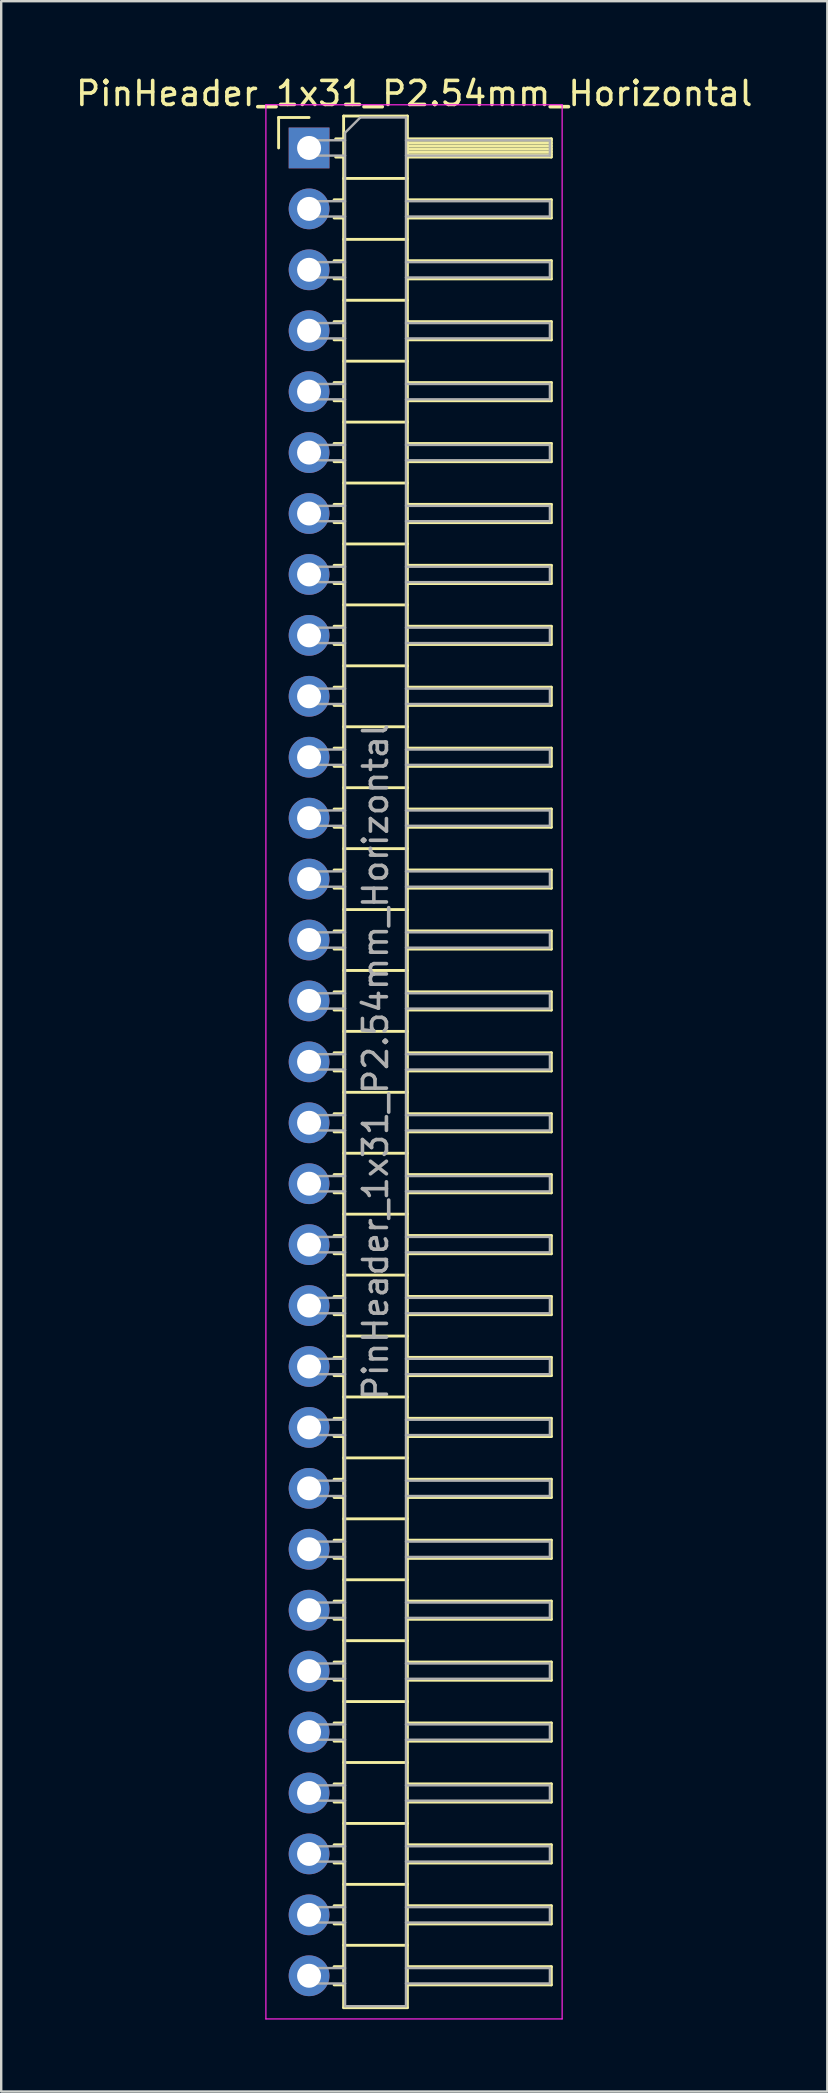
<source format=kicad_pcb>
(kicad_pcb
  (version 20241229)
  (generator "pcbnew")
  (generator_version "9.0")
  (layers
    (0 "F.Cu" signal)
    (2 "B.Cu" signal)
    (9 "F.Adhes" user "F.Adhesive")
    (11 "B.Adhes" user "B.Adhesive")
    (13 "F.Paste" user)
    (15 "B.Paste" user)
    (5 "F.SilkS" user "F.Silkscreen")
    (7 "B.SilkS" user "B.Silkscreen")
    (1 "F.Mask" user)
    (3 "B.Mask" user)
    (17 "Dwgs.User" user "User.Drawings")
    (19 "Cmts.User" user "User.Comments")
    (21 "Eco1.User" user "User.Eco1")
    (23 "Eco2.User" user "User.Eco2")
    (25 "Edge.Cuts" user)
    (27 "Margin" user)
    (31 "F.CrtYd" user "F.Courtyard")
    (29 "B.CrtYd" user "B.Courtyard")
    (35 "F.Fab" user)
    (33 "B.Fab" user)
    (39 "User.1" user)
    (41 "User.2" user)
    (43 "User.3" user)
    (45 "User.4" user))
  (footprint "PinHeader_1x31_P2.54mm_Horizontal"
    (layer "F.Cu")
    (at 9.835 3.118)
    (property "Reference" "PinHeader_1x31_P2.54mm_Horizontal" (at 4.385 -2.27 0) (layer "F.SilkS") (effects (font (size 1 1) (thickness 0.15))))
    (attr through_hole)
    (fp_line (start -1.27 -1.27) (end 0 -1.27) (stroke (width 0.12) (type solid)) (layer "F.SilkS"))
    (fp_line (start -1.27 0) (end -1.27 -1.27) (stroke (width 0.12) (type solid)) (layer "F.SilkS"))
    (fp_line (start 1.043 2.16) (end 1.44 2.16) (stroke (width 0.12) (type solid)) (layer "F.SilkS"))
    (fp_line (start 1.043 2.92) (end 1.44 2.92) (stroke (width 0.12) (type solid)) (layer "F.SilkS"))
    (fp_line (start 1.043 4.7) (end 1.44 4.7) (stroke (width 0.12) (type solid)) (layer "F.SilkS"))
    (fp_line (start 1.043 5.46) (end 1.44 5.46) (stroke (width 0.12) (type solid)) (layer "F.SilkS"))
    (fp_line (start 1.043 7.24) (end 1.44 7.24) (stroke (width 0.12) (type solid)) (layer "F.SilkS"))
    (fp_line (start 1.043 8) (end 1.44 8) (stroke (width 0.12) (type solid)) (layer "F.SilkS"))
    (fp_line (start 1.043 9.78) (end 1.44 9.78) (stroke (width 0.12) (type solid)) (layer "F.SilkS"))
    (fp_line (start 1.043 10.54) (end 1.44 10.54) (stroke (width 0.12) (type solid)) (layer "F.SilkS"))
    (fp_line (start 1.043 12.32) (end 1.44 12.32) (stroke (width 0.12) (type solid)) (layer "F.SilkS"))
    (fp_line (start 1.043 13.08) (end 1.44 13.08) (stroke (width 0.12) (type solid)) (layer "F.SilkS"))
    (fp_line (start 1.043 14.86) (end 1.44 14.86) (stroke (width 0.12) (type solid)) (layer "F.SilkS"))
    (fp_line (start 1.043 15.62) (end 1.44 15.62) (stroke (width 0.12) (type solid)) (layer "F.SilkS"))
    (fp_line (start 1.043 17.4) (end 1.44 17.4) (stroke (width 0.12) (type solid)) (layer "F.SilkS"))
    (fp_line (start 1.043 18.16) (end 1.44 18.16) (stroke (width 0.12) (type solid)) (layer "F.SilkS"))
    (fp_line (start 1.043 19.94) (end 1.44 19.94) (stroke (width 0.12) (type solid)) (layer "F.SilkS"))
    (fp_line (start 1.043 20.7) (end 1.44 20.7) (stroke (width 0.12) (type solid)) (layer "F.SilkS"))
    (fp_line (start 1.043 22.48) (end 1.44 22.48) (stroke (width 0.12) (type solid)) (layer "F.SilkS"))
    (fp_line (start 1.043 23.24) (end 1.44 23.24) (stroke (width 0.12) (type solid)) (layer "F.SilkS"))
    (fp_line (start 1.043 25.02) (end 1.44 25.02) (stroke (width 0.12) (type solid)) (layer "F.SilkS"))
    (fp_line (start 1.043 25.78) (end 1.44 25.78) (stroke (width 0.12) (type solid)) (layer "F.SilkS"))
    (fp_line (start 1.043 27.56) (end 1.44 27.56) (stroke (width 0.12) (type solid)) (layer "F.SilkS"))
    (fp_line (start 1.043 28.32) (end 1.44 28.32) (stroke (width 0.12) (type solid)) (layer "F.SilkS"))
    (fp_line (start 1.043 30.1) (end 1.44 30.1) (stroke (width 0.12) (type solid)) (layer "F.SilkS"))
    (fp_line (start 1.043 30.86) (end 1.44 30.86) (stroke (width 0.12) (type solid)) (layer "F.SilkS"))
    (fp_line (start 1.043 32.64) (end 1.44 32.64) (stroke (width 0.12) (type solid)) (layer "F.SilkS"))
    (fp_line (start 1.043 33.4) (end 1.44 33.4) (stroke (width 0.12) (type solid)) (layer "F.SilkS"))
    (fp_line (start 1.043 35.18) (end 1.44 35.18) (stroke (width 0.12) (type solid)) (layer "F.SilkS"))
    (fp_line (start 1.043 35.94) (end 1.44 35.94) (stroke (width 0.12) (type solid)) (layer "F.SilkS"))
    (fp_line (start 1.043 37.72) (end 1.44 37.72) (stroke (width 0.12) (type solid)) (layer "F.SilkS"))
    (fp_line (start 1.043 38.48) (end 1.44 38.48) (stroke (width 0.12) (type solid)) (layer "F.SilkS"))
    (fp_line (start 1.043 40.26) (end 1.44 40.26) (stroke (width 0.12) (type solid)) (layer "F.SilkS"))
    (fp_line (start 1.043 41.02) (end 1.44 41.02) (stroke (width 0.12) (type solid)) (layer "F.SilkS"))
    (fp_line (start 1.043 42.8) (end 1.44 42.8) (stroke (width 0.12) (type solid)) (layer "F.SilkS"))
    (fp_line (start 1.043 43.56) (end 1.44 43.56) (stroke (width 0.12) (type solid)) (layer "F.SilkS"))
    (fp_line (start 1.043 45.34) (end 1.44 45.34) (stroke (width 0.12) (type solid)) (layer "F.SilkS"))
    (fp_line (start 1.043 46.1) (end 1.44 46.1) (stroke (width 0.12) (type solid)) (layer "F.SilkS"))
    (fp_line (start 1.043 47.88) (end 1.44 47.88) (stroke (width 0.12) (type solid)) (layer "F.SilkS"))
    (fp_line (start 1.043 48.64) (end 1.44 48.64) (stroke (width 0.12) (type solid)) (layer "F.SilkS"))
    (fp_line (start 1.043 50.42) (end 1.44 50.42) (stroke (width 0.12) (type solid)) (layer "F.SilkS"))
    (fp_line (start 1.043 51.18) (end 1.44 51.18) (stroke (width 0.12) (type solid)) (layer "F.SilkS"))
    (fp_line (start 1.043 52.96) (end 1.44 52.96) (stroke (width 0.12) (type solid)) (layer "F.SilkS"))
    (fp_line (start 1.043 53.72) (end 1.44 53.72) (stroke (width 0.12) (type solid)) (layer "F.SilkS"))
    (fp_line (start 1.043 55.5) (end 1.44 55.5) (stroke (width 0.12) (type solid)) (layer "F.SilkS"))
    (fp_line (start 1.043 56.26) (end 1.44 56.26) (stroke (width 0.12) (type solid)) (layer "F.SilkS"))
    (fp_line (start 1.043 58.04) (end 1.44 58.04) (stroke (width 0.12) (type solid)) (layer "F.SilkS"))
    (fp_line (start 1.043 58.8) (end 1.44 58.8) (stroke (width 0.12) (type solid)) (layer "F.SilkS"))
    (fp_line (start 1.043 60.58) (end 1.44 60.58) (stroke (width 0.12) (type solid)) (layer "F.SilkS"))
    (fp_line (start 1.043 61.34) (end 1.44 61.34) (stroke (width 0.12) (type solid)) (layer "F.SilkS"))
    (fp_line (start 1.043 63.12) (end 1.44 63.12) (stroke (width 0.12) (type solid)) (layer "F.SilkS"))
    (fp_line (start 1.043 63.88) (end 1.44 63.88) (stroke (width 0.12) (type solid)) (layer "F.SilkS"))
    (fp_line (start 1.043 65.66) (end 1.44 65.66) (stroke (width 0.12) (type solid)) (layer "F.SilkS"))
    (fp_line (start 1.043 66.42) (end 1.44 66.42) (stroke (width 0.12) (type solid)) (layer "F.SilkS"))
    (fp_line (start 1.043 68.2) (end 1.44 68.2) (stroke (width 0.12) (type solid)) (layer "F.SilkS"))
    (fp_line (start 1.043 68.96) (end 1.44 68.96) (stroke (width 0.12) (type solid)) (layer "F.SilkS"))
    (fp_line (start 1.043 70.74) (end 1.44 70.74) (stroke (width 0.12) (type solid)) (layer "F.SilkS"))
    (fp_line (start 1.043 71.5) (end 1.44 71.5) (stroke (width 0.12) (type solid)) (layer "F.SilkS"))
    (fp_line (start 1.043 73.28) (end 1.44 73.28) (stroke (width 0.12) (type solid)) (layer "F.SilkS"))
    (fp_line (start 1.043 74.04) (end 1.44 74.04) (stroke (width 0.12) (type solid)) (layer "F.SilkS"))
    (fp_line (start 1.043 75.82) (end 1.44 75.82) (stroke (width 0.12) (type solid)) (layer "F.SilkS"))
    (fp_line (start 1.043 76.58) (end 1.44 76.58) (stroke (width 0.12) (type solid)) (layer "F.SilkS"))
    (fp_line (start 1.11 -0.38) (end 1.44 -0.38) (stroke (width 0.12) (type solid)) (layer "F.SilkS"))
    (fp_line (start 1.11 0.38) (end 1.44 0.38) (stroke (width 0.12) (type solid)) (layer "F.SilkS"))
    (fp_line (start 1.44 -1.33) (end 1.44 77.53) (stroke (width 0.12) (type solid)) (layer "F.SilkS"))
    (fp_line (start 1.44 1.27) (end 4.1 1.27) (stroke (width 0.12) (type solid)) (layer "F.SilkS"))
    (fp_line (start 1.44 3.81) (end 4.1 3.81) (stroke (width 0.12) (type solid)) (layer "F.SilkS"))
    (fp_line (start 1.44 6.35) (end 4.1 6.35) (stroke (width 0.12) (type solid)) (layer "F.SilkS"))
    (fp_line (start 1.44 8.89) (end 4.1 8.89) (stroke (width 0.12) (type solid)) (layer "F.SilkS"))
    (fp_line (start 1.44 11.43) (end 4.1 11.43) (stroke (width 0.12) (type solid)) (layer "F.SilkS"))
    (fp_line (start 1.44 13.97) (end 4.1 13.97) (stroke (width 0.12) (type solid)) (layer "F.SilkS"))
    (fp_line (start 1.44 16.51) (end 4.1 16.51) (stroke (width 0.12) (type solid)) (layer "F.SilkS"))
    (fp_line (start 1.44 19.05) (end 4.1 19.05) (stroke (width 0.12) (type solid)) (layer "F.SilkS"))
    (fp_line (start 1.44 21.59) (end 4.1 21.59) (stroke (width 0.12) (type solid)) (layer "F.SilkS"))
    (fp_line (start 1.44 24.13) (end 4.1 24.13) (stroke (width 0.12) (type solid)) (layer "F.SilkS"))
    (fp_line (start 1.44 26.67) (end 4.1 26.67) (stroke (width 0.12) (type solid)) (layer "F.SilkS"))
    (fp_line (start 1.44 29.21) (end 4.1 29.21) (stroke (width 0.12) (type solid)) (layer "F.SilkS"))
    (fp_line (start 1.44 31.75) (end 4.1 31.75) (stroke (width 0.12) (type solid)) (layer "F.SilkS"))
    (fp_line (start 1.44 34.29) (end 4.1 34.29) (stroke (width 0.12) (type solid)) (layer "F.SilkS"))
    (fp_line (start 1.44 36.83) (end 4.1 36.83) (stroke (width 0.12) (type solid)) (layer "F.SilkS"))
    (fp_line (start 1.44 39.37) (end 4.1 39.37) (stroke (width 0.12) (type solid)) (layer "F.SilkS"))
    (fp_line (start 1.44 41.91) (end 4.1 41.91) (stroke (width 0.12) (type solid)) (layer "F.SilkS"))
    (fp_line (start 1.44 44.45) (end 4.1 44.45) (stroke (width 0.12) (type solid)) (layer "F.SilkS"))
    (fp_line (start 1.44 46.99) (end 4.1 46.99) (stroke (width 0.12) (type solid)) (layer "F.SilkS"))
    (fp_line (start 1.44 49.53) (end 4.1 49.53) (stroke (width 0.12) (type solid)) (layer "F.SilkS"))
    (fp_line (start 1.44 52.07) (end 4.1 52.07) (stroke (width 0.12) (type solid)) (layer "F.SilkS"))
    (fp_line (start 1.44 54.61) (end 4.1 54.61) (stroke (width 0.12) (type solid)) (layer "F.SilkS"))
    (fp_line (start 1.44 57.15) (end 4.1 57.15) (stroke (width 0.12) (type solid)) (layer "F.SilkS"))
    (fp_line (start 1.44 59.69) (end 4.1 59.69) (stroke (width 0.12) (type solid)) (layer "F.SilkS"))
    (fp_line (start 1.44 62.23) (end 4.1 62.23) (stroke (width 0.12) (type solid)) (layer "F.SilkS"))
    (fp_line (start 1.44 64.77) (end 4.1 64.77) (stroke (width 0.12) (type solid)) (layer "F.SilkS"))
    (fp_line (start 1.44 67.31) (end 4.1 67.31) (stroke (width 0.12) (type solid)) (layer "F.SilkS"))
    (fp_line (start 1.44 69.85) (end 4.1 69.85) (stroke (width 0.12) (type solid)) (layer "F.SilkS"))
    (fp_line (start 1.44 72.39) (end 4.1 72.39) (stroke (width 0.12) (type solid)) (layer "F.SilkS"))
    (fp_line (start 1.44 74.93) (end 4.1 74.93) (stroke (width 0.12) (type solid)) (layer "F.SilkS"))
    (fp_line (start 1.44 77.53) (end 4.1 77.53) (stroke (width 0.12) (type solid)) (layer "F.SilkS"))
    (fp_line (start 4.1 -1.33) (end 1.44 -1.33) (stroke (width 0.12) (type solid)) (layer "F.SilkS"))
    (fp_line (start 4.1 -0.38) (end 10.1 -0.38) (stroke (width 0.12) (type solid)) (layer "F.SilkS"))
    (fp_line (start 4.1 -0.32) (end 10.1 -0.32) (stroke (width 0.12) (type solid)) (layer "F.SilkS"))
    (fp_line (start 4.1 -0.2) (end 10.1 -0.2) (stroke (width 0.12) (type solid)) (layer "F.SilkS"))
    (fp_line (start 4.1 -0.08) (end 10.1 -0.08) (stroke (width 0.12) (type solid)) (layer "F.SilkS"))
    (fp_line (start 4.1 0.04) (end 10.1 0.04) (stroke (width 0.12) (type solid)) (layer "F.SilkS"))
    (fp_line (start 4.1 0.16) (end 10.1 0.16) (stroke (width 0.12) (type solid)) (layer "F.SilkS"))
    (fp_line (start 4.1 0.28) (end 10.1 0.28) (stroke (width 0.12) (type solid)) (layer "F.SilkS"))
    (fp_line (start 4.1 2.16) (end 10.1 2.16) (stroke (width 0.12) (type solid)) (layer "F.SilkS"))
    (fp_line (start 4.1 4.7) (end 10.1 4.7) (stroke (width 0.12) (type solid)) (layer "F.SilkS"))
    (fp_line (start 4.1 7.24) (end 10.1 7.24) (stroke (width 0.12) (type solid)) (layer "F.SilkS"))
    (fp_line (start 4.1 9.78) (end 10.1 9.78) (stroke (width 0.12) (type solid)) (layer "F.SilkS"))
    (fp_line (start 4.1 12.32) (end 10.1 12.32) (stroke (width 0.12) (type solid)) (layer "F.SilkS"))
    (fp_line (start 4.1 14.86) (end 10.1 14.86) (stroke (width 0.12) (type solid)) (layer "F.SilkS"))
    (fp_line (start 4.1 17.4) (end 10.1 17.4) (stroke (width 0.12) (type solid)) (layer "F.SilkS"))
    (fp_line (start 4.1 19.94) (end 10.1 19.94) (stroke (width 0.12) (type solid)) (layer "F.SilkS"))
    (fp_line (start 4.1 22.48) (end 10.1 22.48) (stroke (width 0.12) (type solid)) (layer "F.SilkS"))
    (fp_line (start 4.1 25.02) (end 10.1 25.02) (stroke (width 0.12) (type solid)) (layer "F.SilkS"))
    (fp_line (start 4.1 27.56) (end 10.1 27.56) (stroke (width 0.12) (type solid)) (layer "F.SilkS"))
    (fp_line (start 4.1 30.1) (end 10.1 30.1) (stroke (width 0.12) (type solid)) (layer "F.SilkS"))
    (fp_line (start 4.1 32.64) (end 10.1 32.64) (stroke (width 0.12) (type solid)) (layer "F.SilkS"))
    (fp_line (start 4.1 35.18) (end 10.1 35.18) (stroke (width 0.12) (type solid)) (layer "F.SilkS"))
    (fp_line (start 4.1 37.72) (end 10.1 37.72) (stroke (width 0.12) (type solid)) (layer "F.SilkS"))
    (fp_line (start 4.1 40.26) (end 10.1 40.26) (stroke (width 0.12) (type solid)) (layer "F.SilkS"))
    (fp_line (start 4.1 42.8) (end 10.1 42.8) (stroke (width 0.12) (type solid)) (layer "F.SilkS"))
    (fp_line (start 4.1 45.34) (end 10.1 45.34) (stroke (width 0.12) (type solid)) (layer "F.SilkS"))
    (fp_line (start 4.1 47.88) (end 10.1 47.88) (stroke (width 0.12) (type solid)) (layer "F.SilkS"))
    (fp_line (start 4.1 50.42) (end 10.1 50.42) (stroke (width 0.12) (type solid)) (layer "F.SilkS"))
    (fp_line (start 4.1 52.96) (end 10.1 52.96) (stroke (width 0.12) (type solid)) (layer "F.SilkS"))
    (fp_line (start 4.1 55.5) (end 10.1 55.5) (stroke (width 0.12) (type solid)) (layer "F.SilkS"))
    (fp_line (start 4.1 58.04) (end 10.1 58.04) (stroke (width 0.12) (type solid)) (layer "F.SilkS"))
    (fp_line (start 4.1 60.58) (end 10.1 60.58) (stroke (width 0.12) (type solid)) (layer "F.SilkS"))
    (fp_line (start 4.1 63.12) (end 10.1 63.12) (stroke (width 0.12) (type solid)) (layer "F.SilkS"))
    (fp_line (start 4.1 65.66) (end 10.1 65.66) (stroke (width 0.12) (type solid)) (layer "F.SilkS"))
    (fp_line (start 4.1 68.2) (end 10.1 68.2) (stroke (width 0.12) (type solid)) (layer "F.SilkS"))
    (fp_line (start 4.1 70.74) (end 10.1 70.74) (stroke (width 0.12) (type solid)) (layer "F.SilkS"))
    (fp_line (start 4.1 73.28) (end 10.1 73.28) (stroke (width 0.12) (type solid)) (layer "F.SilkS"))
    (fp_line (start 4.1 75.82) (end 10.1 75.82) (stroke (width 0.12) (type solid)) (layer "F.SilkS"))
    (fp_line (start 4.1 77.53) (end 4.1 -1.33) (stroke (width 0.12) (type solid)) (layer "F.SilkS"))
    (fp_line (start 10.1 -0.38) (end 10.1 0.38) (stroke (width 0.12) (type solid)) (layer "F.SilkS"))
    (fp_line (start 10.1 0.38) (end 4.1 0.38) (stroke (width 0.12) (type solid)) (layer "F.SilkS"))
    (fp_line (start 10.1 2.16) (end 10.1 2.92) (stroke (width 0.12) (type solid)) (layer "F.SilkS"))
    (fp_line (start 10.1 2.92) (end 4.1 2.92) (stroke (width 0.12) (type solid)) (layer "F.SilkS"))
    (fp_line (start 10.1 4.7) (end 10.1 5.46) (stroke (width 0.12) (type solid)) (layer "F.SilkS"))
    (fp_line (start 10.1 5.46) (end 4.1 5.46) (stroke (width 0.12) (type solid)) (layer "F.SilkS"))
    (fp_line (start 10.1 7.24) (end 10.1 8) (stroke (width 0.12) (type solid)) (layer "F.SilkS"))
    (fp_line (start 10.1 8) (end 4.1 8) (stroke (width 0.12) (type solid)) (layer "F.SilkS"))
    (fp_line (start 10.1 9.78) (end 10.1 10.54) (stroke (width 0.12) (type solid)) (layer "F.SilkS"))
    (fp_line (start 10.1 10.54) (end 4.1 10.54) (stroke (width 0.12) (type solid)) (layer "F.SilkS"))
    (fp_line (start 10.1 12.32) (end 10.1 13.08) (stroke (width 0.12) (type solid)) (layer "F.SilkS"))
    (fp_line (start 10.1 13.08) (end 4.1 13.08) (stroke (width 0.12) (type solid)) (layer "F.SilkS"))
    (fp_line (start 10.1 14.86) (end 10.1 15.62) (stroke (width 0.12) (type solid)) (layer "F.SilkS"))
    (fp_line (start 10.1 15.62) (end 4.1 15.62) (stroke (width 0.12) (type solid)) (layer "F.SilkS"))
    (fp_line (start 10.1 17.4) (end 10.1 18.16) (stroke (width 0.12) (type solid)) (layer "F.SilkS"))
    (fp_line (start 10.1 18.16) (end 4.1 18.16) (stroke (width 0.12) (type solid)) (layer "F.SilkS"))
    (fp_line (start 10.1 19.94) (end 10.1 20.7) (stroke (width 0.12) (type solid)) (layer "F.SilkS"))
    (fp_line (start 10.1 20.7) (end 4.1 20.7) (stroke (width 0.12) (type solid)) (layer "F.SilkS"))
    (fp_line (start 10.1 22.48) (end 10.1 23.24) (stroke (width 0.12) (type solid)) (layer "F.SilkS"))
    (fp_line (start 10.1 23.24) (end 4.1 23.24) (stroke (width 0.12) (type solid)) (layer "F.SilkS"))
    (fp_line (start 10.1 25.02) (end 10.1 25.78) (stroke (width 0.12) (type solid)) (layer "F.SilkS"))
    (fp_line (start 10.1 25.78) (end 4.1 25.78) (stroke (width 0.12) (type solid)) (layer "F.SilkS"))
    (fp_line (start 10.1 27.56) (end 10.1 28.32) (stroke (width 0.12) (type solid)) (layer "F.SilkS"))
    (fp_line (start 10.1 28.32) (end 4.1 28.32) (stroke (width 0.12) (type solid)) (layer "F.SilkS"))
    (fp_line (start 10.1 30.1) (end 10.1 30.86) (stroke (width 0.12) (type solid)) (layer "F.SilkS"))
    (fp_line (start 10.1 30.86) (end 4.1 30.86) (stroke (width 0.12) (type solid)) (layer "F.SilkS"))
    (fp_line (start 10.1 32.64) (end 10.1 33.4) (stroke (width 0.12) (type solid)) (layer "F.SilkS"))
    (fp_line (start 10.1 33.4) (end 4.1 33.4) (stroke (width 0.12) (type solid)) (layer "F.SilkS"))
    (fp_line (start 10.1 35.18) (end 10.1 35.94) (stroke (width 0.12) (type solid)) (layer "F.SilkS"))
    (fp_line (start 10.1 35.94) (end 4.1 35.94) (stroke (width 0.12) (type solid)) (layer "F.SilkS"))
    (fp_line (start 10.1 37.72) (end 10.1 38.48) (stroke (width 0.12) (type solid)) (layer "F.SilkS"))
    (fp_line (start 10.1 38.48) (end 4.1 38.48) (stroke (width 0.12) (type solid)) (layer "F.SilkS"))
    (fp_line (start 10.1 40.26) (end 10.1 41.02) (stroke (width 0.12) (type solid)) (layer "F.SilkS"))
    (fp_line (start 10.1 41.02) (end 4.1 41.02) (stroke (width 0.12) (type solid)) (layer "F.SilkS"))
    (fp_line (start 10.1 42.8) (end 10.1 43.56) (stroke (width 0.12) (type solid)) (layer "F.SilkS"))
    (fp_line (start 10.1 43.56) (end 4.1 43.56) (stroke (width 0.12) (type solid)) (layer "F.SilkS"))
    (fp_line (start 10.1 45.34) (end 10.1 46.1) (stroke (width 0.12) (type solid)) (layer "F.SilkS"))
    (fp_line (start 10.1 46.1) (end 4.1 46.1) (stroke (width 0.12) (type solid)) (layer "F.SilkS"))
    (fp_line (start 10.1 47.88) (end 10.1 48.64) (stroke (width 0.12) (type solid)) (layer "F.SilkS"))
    (fp_line (start 10.1 48.64) (end 4.1 48.64) (stroke (width 0.12) (type solid)) (layer "F.SilkS"))
    (fp_line (start 10.1 50.42) (end 10.1 51.18) (stroke (width 0.12) (type solid)) (layer "F.SilkS"))
    (fp_line (start 10.1 51.18) (end 4.1 51.18) (stroke (width 0.12) (type solid)) (layer "F.SilkS"))
    (fp_line (start 10.1 52.96) (end 10.1 53.72) (stroke (width 0.12) (type solid)) (layer "F.SilkS"))
    (fp_line (start 10.1 53.72) (end 4.1 53.72) (stroke (width 0.12) (type solid)) (layer "F.SilkS"))
    (fp_line (start 10.1 55.5) (end 10.1 56.26) (stroke (width 0.12) (type solid)) (layer "F.SilkS"))
    (fp_line (start 10.1 56.26) (end 4.1 56.26) (stroke (width 0.12) (type solid)) (layer "F.SilkS"))
    (fp_line (start 10.1 58.04) (end 10.1 58.8) (stroke (width 0.12) (type solid)) (layer "F.SilkS"))
    (fp_line (start 10.1 58.8) (end 4.1 58.8) (stroke (width 0.12) (type solid)) (layer "F.SilkS"))
    (fp_line (start 10.1 60.58) (end 10.1 61.34) (stroke (width 0.12) (type solid)) (layer "F.SilkS"))
    (fp_line (start 10.1 61.34) (end 4.1 61.34) (stroke (width 0.12) (type solid)) (layer "F.SilkS"))
    (fp_line (start 10.1 63.12) (end 10.1 63.88) (stroke (width 0.12) (type solid)) (layer "F.SilkS"))
    (fp_line (start 10.1 63.88) (end 4.1 63.88) (stroke (width 0.12) (type solid)) (layer "F.SilkS"))
    (fp_line (start 10.1 65.66) (end 10.1 66.42) (stroke (width 0.12) (type solid)) (layer "F.SilkS"))
    (fp_line (start 10.1 66.42) (end 4.1 66.42) (stroke (width 0.12) (type solid)) (layer "F.SilkS"))
    (fp_line (start 10.1 68.2) (end 10.1 68.96) (stroke (width 0.12) (type solid)) (layer "F.SilkS"))
    (fp_line (start 10.1 68.96) (end 4.1 68.96) (stroke (width 0.12) (type solid)) (layer "F.SilkS"))
    (fp_line (start 10.1 70.74) (end 10.1 71.5) (stroke (width 0.12) (type solid)) (layer "F.SilkS"))
    (fp_line (start 10.1 71.5) (end 4.1 71.5) (stroke (width 0.12) (type solid)) (layer "F.SilkS"))
    (fp_line (start 10.1 73.28) (end 10.1 74.04) (stroke (width 0.12) (type solid)) (layer "F.SilkS"))
    (fp_line (start 10.1 74.04) (end 4.1 74.04) (stroke (width 0.12) (type solid)) (layer "F.SilkS"))
    (fp_line (start 10.1 75.82) (end 10.1 76.58) (stroke (width 0.12) (type solid)) (layer "F.SilkS"))
    (fp_line (start 10.1 76.58) (end 4.1 76.58) (stroke (width 0.12) (type solid)) (layer "F.SilkS"))
    (fp_line (start -1.8 -1.8) (end -1.8 78) (stroke (width 0.05) (type solid)) (layer "F.CrtYd"))
    (fp_line (start -1.8 78) (end 10.55 78) (stroke (width 0.05) (type solid)) (layer "F.CrtYd"))
    (fp_line (start 10.55 -1.8) (end -1.8 -1.8) (stroke (width 0.05) (type solid)) (layer "F.CrtYd"))
    (fp_line (start 10.55 78) (end 10.55 -1.8) (stroke (width 0.05) (type solid)) (layer "F.CrtYd"))
    (fp_line (start -0.32 -0.32) (end -0.32 0.32) (stroke (width 0.1) (type solid)) (layer "F.Fab"))
    (fp_line (start -0.32 -0.32) (end 1.5 -0.32) (stroke (width 0.1) (type solid)) (layer "F.Fab"))
    (fp_line (start -0.32 0.32) (end 1.5 0.32) (stroke (width 0.1) (type solid)) (layer "F.Fab"))
    (fp_line (start -0.32 2.22) (end -0.32 2.86) (stroke (width 0.1) (type solid)) (layer "F.Fab"))
    (fp_line (start -0.32 2.22) (end 1.5 2.22) (stroke (width 0.1) (type solid)) (layer "F.Fab"))
    (fp_line (start -0.32 2.86) (end 1.5 2.86) (stroke (width 0.1) (type solid)) (layer "F.Fab"))
    (fp_line (start -0.32 4.76) (end -0.32 5.4) (stroke (width 0.1) (type solid)) (layer "F.Fab"))
    (fp_line (start -0.32 4.76) (end 1.5 4.76) (stroke (width 0.1) (type solid)) (layer "F.Fab"))
    (fp_line (start -0.32 5.4) (end 1.5 5.4) (stroke (width 0.1) (type solid)) (layer "F.Fab"))
    (fp_line (start -0.32 7.3) (end -0.32 7.94) (stroke (width 0.1) (type solid)) (layer "F.Fab"))
    (fp_line (start -0.32 7.3) (end 1.5 7.3) (stroke (width 0.1) (type solid)) (layer "F.Fab"))
    (fp_line (start -0.32 7.94) (end 1.5 7.94) (stroke (width 0.1) (type solid)) (layer "F.Fab"))
    (fp_line (start -0.32 9.84) (end -0.32 10.48) (stroke (width 0.1) (type solid)) (layer "F.Fab"))
    (fp_line (start -0.32 9.84) (end 1.5 9.84) (stroke (width 0.1) (type solid)) (layer "F.Fab"))
    (fp_line (start -0.32 10.48) (end 1.5 10.48) (stroke (width 0.1) (type solid)) (layer "F.Fab"))
    (fp_line (start -0.32 12.38) (end -0.32 13.02) (stroke (width 0.1) (type solid)) (layer "F.Fab"))
    (fp_line (start -0.32 12.38) (end 1.5 12.38) (stroke (width 0.1) (type solid)) (layer "F.Fab"))
    (fp_line (start -0.32 13.02) (end 1.5 13.02) (stroke (width 0.1) (type solid)) (layer "F.Fab"))
    (fp_line (start -0.32 14.92) (end -0.32 15.56) (stroke (width 0.1) (type solid)) (layer "F.Fab"))
    (fp_line (start -0.32 14.92) (end 1.5 14.92) (stroke (width 0.1) (type solid)) (layer "F.Fab"))
    (fp_line (start -0.32 15.56) (end 1.5 15.56) (stroke (width 0.1) (type solid)) (layer "F.Fab"))
    (fp_line (start -0.32 17.46) (end -0.32 18.1) (stroke (width 0.1) (type solid)) (layer "F.Fab"))
    (fp_line (start -0.32 17.46) (end 1.5 17.46) (stroke (width 0.1) (type solid)) (layer "F.Fab"))
    (fp_line (start -0.32 18.1) (end 1.5 18.1) (stroke (width 0.1) (type solid)) (layer "F.Fab"))
    (fp_line (start -0.32 20) (end -0.32 20.64) (stroke (width 0.1) (type solid)) (layer "F.Fab"))
    (fp_line (start -0.32 20) (end 1.5 20) (stroke (width 0.1) (type solid)) (layer "F.Fab"))
    (fp_line (start -0.32 20.64) (end 1.5 20.64) (stroke (width 0.1) (type solid)) (layer "F.Fab"))
    (fp_line (start -0.32 22.54) (end -0.32 23.18) (stroke (width 0.1) (type solid)) (layer "F.Fab"))
    (fp_line (start -0.32 22.54) (end 1.5 22.54) (stroke (width 0.1) (type solid)) (layer "F.Fab"))
    (fp_line (start -0.32 23.18) (end 1.5 23.18) (stroke (width 0.1) (type solid)) (layer "F.Fab"))
    (fp_line (start -0.32 25.08) (end -0.32 25.72) (stroke (width 0.1) (type solid)) (layer "F.Fab"))
    (fp_line (start -0.32 25.08) (end 1.5 25.08) (stroke (width 0.1) (type solid)) (layer "F.Fab"))
    (fp_line (start -0.32 25.72) (end 1.5 25.72) (stroke (width 0.1) (type solid)) (layer "F.Fab"))
    (fp_line (start -0.32 27.62) (end -0.32 28.26) (stroke (width 0.1) (type solid)) (layer "F.Fab"))
    (fp_line (start -0.32 27.62) (end 1.5 27.62) (stroke (width 0.1) (type solid)) (layer "F.Fab"))
    (fp_line (start -0.32 28.26) (end 1.5 28.26) (stroke (width 0.1) (type solid)) (layer "F.Fab"))
    (fp_line (start -0.32 30.16) (end -0.32 30.8) (stroke (width 0.1) (type solid)) (layer "F.Fab"))
    (fp_line (start -0.32 30.16) (end 1.5 30.16) (stroke (width 0.1) (type solid)) (layer "F.Fab"))
    (fp_line (start -0.32 30.8) (end 1.5 30.8) (stroke (width 0.1) (type solid)) (layer "F.Fab"))
    (fp_line (start -0.32 32.7) (end -0.32 33.34) (stroke (width 0.1) (type solid)) (layer "F.Fab"))
    (fp_line (start -0.32 32.7) (end 1.5 32.7) (stroke (width 0.1) (type solid)) (layer "F.Fab"))
    (fp_line (start -0.32 33.34) (end 1.5 33.34) (stroke (width 0.1) (type solid)) (layer "F.Fab"))
    (fp_line (start -0.32 35.24) (end -0.32 35.88) (stroke (width 0.1) (type solid)) (layer "F.Fab"))
    (fp_line (start -0.32 35.24) (end 1.5 35.24) (stroke (width 0.1) (type solid)) (layer "F.Fab"))
    (fp_line (start -0.32 35.88) (end 1.5 35.88) (stroke (width 0.1) (type solid)) (layer "F.Fab"))
    (fp_line (start -0.32 37.78) (end -0.32 38.42) (stroke (width 0.1) (type solid)) (layer "F.Fab"))
    (fp_line (start -0.32 37.78) (end 1.5 37.78) (stroke (width 0.1) (type solid)) (layer "F.Fab"))
    (fp_line (start -0.32 38.42) (end 1.5 38.42) (stroke (width 0.1) (type solid)) (layer "F.Fab"))
    (fp_line (start -0.32 40.32) (end -0.32 40.96) (stroke (width 0.1) (type solid)) (layer "F.Fab"))
    (fp_line (start -0.32 40.32) (end 1.5 40.32) (stroke (width 0.1) (type solid)) (layer "F.Fab"))
    (fp_line (start -0.32 40.96) (end 1.5 40.96) (stroke (width 0.1) (type solid)) (layer "F.Fab"))
    (fp_line (start -0.32 42.86) (end -0.32 43.5) (stroke (width 0.1) (type solid)) (layer "F.Fab"))
    (fp_line (start -0.32 42.86) (end 1.5 42.86) (stroke (width 0.1) (type solid)) (layer "F.Fab"))
    (fp_line (start -0.32 43.5) (end 1.5 43.5) (stroke (width 0.1) (type solid)) (layer "F.Fab"))
    (fp_line (start -0.32 45.4) (end -0.32 46.04) (stroke (width 0.1) (type solid)) (layer "F.Fab"))
    (fp_line (start -0.32 45.4) (end 1.5 45.4) (stroke (width 0.1) (type solid)) (layer "F.Fab"))
    (fp_line (start -0.32 46.04) (end 1.5 46.04) (stroke (width 0.1) (type solid)) (layer "F.Fab"))
    (fp_line (start -0.32 47.94) (end -0.32 48.58) (stroke (width 0.1) (type solid)) (layer "F.Fab"))
    (fp_line (start -0.32 47.94) (end 1.5 47.94) (stroke (width 0.1) (type solid)) (layer "F.Fab"))
    (fp_line (start -0.32 48.58) (end 1.5 48.58) (stroke (width 0.1) (type solid)) (layer "F.Fab"))
    (fp_line (start -0.32 50.48) (end -0.32 51.12) (stroke (width 0.1) (type solid)) (layer "F.Fab"))
    (fp_line (start -0.32 50.48) (end 1.5 50.48) (stroke (width 0.1) (type solid)) (layer "F.Fab"))
    (fp_line (start -0.32 51.12) (end 1.5 51.12) (stroke (width 0.1) (type solid)) (layer "F.Fab"))
    (fp_line (start -0.32 53.02) (end -0.32 53.66) (stroke (width 0.1) (type solid)) (layer "F.Fab"))
    (fp_line (start -0.32 53.02) (end 1.5 53.02) (stroke (width 0.1) (type solid)) (layer "F.Fab"))
    (fp_line (start -0.32 53.66) (end 1.5 53.66) (stroke (width 0.1) (type solid)) (layer "F.Fab"))
    (fp_line (start -0.32 55.56) (end -0.32 56.2) (stroke (width 0.1) (type solid)) (layer "F.Fab"))
    (fp_line (start -0.32 55.56) (end 1.5 55.56) (stroke (width 0.1) (type solid)) (layer "F.Fab"))
    (fp_line (start -0.32 56.2) (end 1.5 56.2) (stroke (width 0.1) (type solid)) (layer "F.Fab"))
    (fp_line (start -0.32 58.1) (end -0.32 58.74) (stroke (width 0.1) (type solid)) (layer "F.Fab"))
    (fp_line (start -0.32 58.1) (end 1.5 58.1) (stroke (width 0.1) (type solid)) (layer "F.Fab"))
    (fp_line (start -0.32 58.74) (end 1.5 58.74) (stroke (width 0.1) (type solid)) (layer "F.Fab"))
    (fp_line (start -0.32 60.64) (end -0.32 61.28) (stroke (width 0.1) (type solid)) (layer "F.Fab"))
    (fp_line (start -0.32 60.64) (end 1.5 60.64) (stroke (width 0.1) (type solid)) (layer "F.Fab"))
    (fp_line (start -0.32 61.28) (end 1.5 61.28) (stroke (width 0.1) (type solid)) (layer "F.Fab"))
    (fp_line (start -0.32 63.18) (end -0.32 63.82) (stroke (width 0.1) (type solid)) (layer "F.Fab"))
    (fp_line (start -0.32 63.18) (end 1.5 63.18) (stroke (width 0.1) (type solid)) (layer "F.Fab"))
    (fp_line (start -0.32 63.82) (end 1.5 63.82) (stroke (width 0.1) (type solid)) (layer "F.Fab"))
    (fp_line (start -0.32 65.72) (end -0.32 66.36) (stroke (width 0.1) (type solid)) (layer "F.Fab"))
    (fp_line (start -0.32 65.72) (end 1.5 65.72) (stroke (width 0.1) (type solid)) (layer "F.Fab"))
    (fp_line (start -0.32 66.36) (end 1.5 66.36) (stroke (width 0.1) (type solid)) (layer "F.Fab"))
    (fp_line (start -0.32 68.26) (end -0.32 68.9) (stroke (width 0.1) (type solid)) (layer "F.Fab"))
    (fp_line (start -0.32 68.26) (end 1.5 68.26) (stroke (width 0.1) (type solid)) (layer "F.Fab"))
    (fp_line (start -0.32 68.9) (end 1.5 68.9) (stroke (width 0.1) (type solid)) (layer "F.Fab"))
    (fp_line (start -0.32 70.8) (end -0.32 71.44) (stroke (width 0.1) (type solid)) (layer "F.Fab"))
    (fp_line (start -0.32 70.8) (end 1.5 70.8) (stroke (width 0.1) (type solid)) (layer "F.Fab"))
    (fp_line (start -0.32 71.44) (end 1.5 71.44) (stroke (width 0.1) (type solid)) (layer "F.Fab"))
    (fp_line (start -0.32 73.34) (end -0.32 73.98) (stroke (width 0.1) (type solid)) (layer "F.Fab"))
    (fp_line (start -0.32 73.34) (end 1.5 73.34) (stroke (width 0.1) (type solid)) (layer "F.Fab"))
    (fp_line (start -0.32 73.98) (end 1.5 73.98) (stroke (width 0.1) (type solid)) (layer "F.Fab"))
    (fp_line (start -0.32 75.88) (end -0.32 76.52) (stroke (width 0.1) (type solid)) (layer "F.Fab"))
    (fp_line (start -0.32 75.88) (end 1.5 75.88) (stroke (width 0.1) (type solid)) (layer "F.Fab"))
    (fp_line (start -0.32 76.52) (end 1.5 76.52) (stroke (width 0.1) (type solid)) (layer "F.Fab"))
    (fp_line (start 1.5 -0.635) (end 2.135 -1.27) (stroke (width 0.1) (type solid)) (layer "F.Fab"))
    (fp_line (start 1.5 77.47) (end 1.5 -0.635) (stroke (width 0.1) (type solid)) (layer "F.Fab"))
    (fp_line (start 2.135 -1.27) (end 4.04 -1.27) (stroke (width 0.1) (type solid)) (layer "F.Fab"))
    (fp_line (start 4.04 -1.27) (end 4.04 77.47) (stroke (width 0.1) (type solid)) (layer "F.Fab"))
    (fp_line (start 4.04 -0.32) (end 10.04 -0.32) (stroke (width 0.1) (type solid)) (layer "F.Fab"))
    (fp_line (start 4.04 0.32) (end 10.04 0.32) (stroke (width 0.1) (type solid)) (layer "F.Fab"))
    (fp_line (start 4.04 2.22) (end 10.04 2.22) (stroke (width 0.1) (type solid)) (layer "F.Fab"))
    (fp_line (start 4.04 2.86) (end 10.04 2.86) (stroke (width 0.1) (type solid)) (layer "F.Fab"))
    (fp_line (start 4.04 4.76) (end 10.04 4.76) (stroke (width 0.1) (type solid)) (layer "F.Fab"))
    (fp_line (start 4.04 5.4) (end 10.04 5.4) (stroke (width 0.1) (type solid)) (layer "F.Fab"))
    (fp_line (start 4.04 7.3) (end 10.04 7.3) (stroke (width 0.1) (type solid)) (layer "F.Fab"))
    (fp_line (start 4.04 7.94) (end 10.04 7.94) (stroke (width 0.1) (type solid)) (layer "F.Fab"))
    (fp_line (start 4.04 9.84) (end 10.04 9.84) (stroke (width 0.1) (type solid)) (layer "F.Fab"))
    (fp_line (start 4.04 10.48) (end 10.04 10.48) (stroke (width 0.1) (type solid)) (layer "F.Fab"))
    (fp_line (start 4.04 12.38) (end 10.04 12.38) (stroke (width 0.1) (type solid)) (layer "F.Fab"))
    (fp_line (start 4.04 13.02) (end 10.04 13.02) (stroke (width 0.1) (type solid)) (layer "F.Fab"))
    (fp_line (start 4.04 14.92) (end 10.04 14.92) (stroke (width 0.1) (type solid)) (layer "F.Fab"))
    (fp_line (start 4.04 15.56) (end 10.04 15.56) (stroke (width 0.1) (type solid)) (layer "F.Fab"))
    (fp_line (start 4.04 17.46) (end 10.04 17.46) (stroke (width 0.1) (type solid)) (layer "F.Fab"))
    (fp_line (start 4.04 18.1) (end 10.04 18.1) (stroke (width 0.1) (type solid)) (layer "F.Fab"))
    (fp_line (start 4.04 20) (end 10.04 20) (stroke (width 0.1) (type solid)) (layer "F.Fab"))
    (fp_line (start 4.04 20.64) (end 10.04 20.64) (stroke (width 0.1) (type solid)) (layer "F.Fab"))
    (fp_line (start 4.04 22.54) (end 10.04 22.54) (stroke (width 0.1) (type solid)) (layer "F.Fab"))
    (fp_line (start 4.04 23.18) (end 10.04 23.18) (stroke (width 0.1) (type solid)) (layer "F.Fab"))
    (fp_line (start 4.04 25.08) (end 10.04 25.08) (stroke (width 0.1) (type solid)) (layer "F.Fab"))
    (fp_line (start 4.04 25.72) (end 10.04 25.72) (stroke (width 0.1) (type solid)) (layer "F.Fab"))
    (fp_line (start 4.04 27.62) (end 10.04 27.62) (stroke (width 0.1) (type solid)) (layer "F.Fab"))
    (fp_line (start 4.04 28.26) (end 10.04 28.26) (stroke (width 0.1) (type solid)) (layer "F.Fab"))
    (fp_line (start 4.04 30.16) (end 10.04 30.16) (stroke (width 0.1) (type solid)) (layer "F.Fab"))
    (fp_line (start 4.04 30.8) (end 10.04 30.8) (stroke (width 0.1) (type solid)) (layer "F.Fab"))
    (fp_line (start 4.04 32.7) (end 10.04 32.7) (stroke (width 0.1) (type solid)) (layer "F.Fab"))
    (fp_line (start 4.04 33.34) (end 10.04 33.34) (stroke (width 0.1) (type solid)) (layer "F.Fab"))
    (fp_line (start 4.04 35.24) (end 10.04 35.24) (stroke (width 0.1) (type solid)) (layer "F.Fab"))
    (fp_line (start 4.04 35.88) (end 10.04 35.88) (stroke (width 0.1) (type solid)) (layer "F.Fab"))
    (fp_line (start 4.04 37.78) (end 10.04 37.78) (stroke (width 0.1) (type solid)) (layer "F.Fab"))
    (fp_line (start 4.04 38.42) (end 10.04 38.42) (stroke (width 0.1) (type solid)) (layer "F.Fab"))
    (fp_line (start 4.04 40.32) (end 10.04 40.32) (stroke (width 0.1) (type solid)) (layer "F.Fab"))
    (fp_line (start 4.04 40.96) (end 10.04 40.96) (stroke (width 0.1) (type solid)) (layer "F.Fab"))
    (fp_line (start 4.04 42.86) (end 10.04 42.86) (stroke (width 0.1) (type solid)) (layer "F.Fab"))
    (fp_line (start 4.04 43.5) (end 10.04 43.5) (stroke (width 0.1) (type solid)) (layer "F.Fab"))
    (fp_line (start 4.04 45.4) (end 10.04 45.4) (stroke (width 0.1) (type solid)) (layer "F.Fab"))
    (fp_line (start 4.04 46.04) (end 10.04 46.04) (stroke (width 0.1) (type solid)) (layer "F.Fab"))
    (fp_line (start 4.04 47.94) (end 10.04 47.94) (stroke (width 0.1) (type solid)) (layer "F.Fab"))
    (fp_line (start 4.04 48.58) (end 10.04 48.58) (stroke (width 0.1) (type solid)) (layer "F.Fab"))
    (fp_line (start 4.04 50.48) (end 10.04 50.48) (stroke (width 0.1) (type solid)) (layer "F.Fab"))
    (fp_line (start 4.04 51.12) (end 10.04 51.12) (stroke (width 0.1) (type solid)) (layer "F.Fab"))
    (fp_line (start 4.04 53.02) (end 10.04 53.02) (stroke (width 0.1) (type solid)) (layer "F.Fab"))
    (fp_line (start 4.04 53.66) (end 10.04 53.66) (stroke (width 0.1) (type solid)) (layer "F.Fab"))
    (fp_line (start 4.04 55.56) (end 10.04 55.56) (stroke (width 0.1) (type solid)) (layer "F.Fab"))
    (fp_line (start 4.04 56.2) (end 10.04 56.2) (stroke (width 0.1) (type solid)) (layer "F.Fab"))
    (fp_line (start 4.04 58.1) (end 10.04 58.1) (stroke (width 0.1) (type solid)) (layer "F.Fab"))
    (fp_line (start 4.04 58.74) (end 10.04 58.74) (stroke (width 0.1) (type solid)) (layer "F.Fab"))
    (fp_line (start 4.04 60.64) (end 10.04 60.64) (stroke (width 0.1) (type solid)) (layer "F.Fab"))
    (fp_line (start 4.04 61.28) (end 10.04 61.28) (stroke (width 0.1) (type solid)) (layer "F.Fab"))
    (fp_line (start 4.04 63.18) (end 10.04 63.18) (stroke (width 0.1) (type solid)) (layer "F.Fab"))
    (fp_line (start 4.04 63.82) (end 10.04 63.82) (stroke (width 0.1) (type solid)) (layer "F.Fab"))
    (fp_line (start 4.04 65.72) (end 10.04 65.72) (stroke (width 0.1) (type solid)) (layer "F.Fab"))
    (fp_line (start 4.04 66.36) (end 10.04 66.36) (stroke (width 0.1) (type solid)) (layer "F.Fab"))
    (fp_line (start 4.04 68.26) (end 10.04 68.26) (stroke (width 0.1) (type solid)) (layer "F.Fab"))
    (fp_line (start 4.04 68.9) (end 10.04 68.9) (stroke (width 0.1) (type solid)) (layer "F.Fab"))
    (fp_line (start 4.04 70.8) (end 10.04 70.8) (stroke (width 0.1) (type solid)) (layer "F.Fab"))
    (fp_line (start 4.04 71.44) (end 10.04 71.44) (stroke (width 0.1) (type solid)) (layer "F.Fab"))
    (fp_line (start 4.04 73.34) (end 10.04 73.34) (stroke (width 0.1) (type solid)) (layer "F.Fab"))
    (fp_line (start 4.04 73.98) (end 10.04 73.98) (stroke (width 0.1) (type solid)) (layer "F.Fab"))
    (fp_line (start 4.04 75.88) (end 10.04 75.88) (stroke (width 0.1) (type solid)) (layer "F.Fab"))
    (fp_line (start 4.04 76.52) (end 10.04 76.52) (stroke (width 0.1) (type solid)) (layer "F.Fab"))
    (fp_line (start 4.04 77.47) (end 1.5 77.47) (stroke (width 0.1) (type solid)) (layer "F.Fab"))
    (fp_line (start 10.04 -0.32) (end 10.04 0.32) (stroke (width 0.1) (type solid)) (layer "F.Fab"))
    (fp_line (start 10.04 2.22) (end 10.04 2.86) (stroke (width 0.1) (type solid)) (layer "F.Fab"))
    (fp_line (start 10.04 4.76) (end 10.04 5.4) (stroke (width 0.1) (type solid)) (layer "F.Fab"))
    (fp_line (start 10.04 7.3) (end 10.04 7.94) (stroke (width 0.1) (type solid)) (layer "F.Fab"))
    (fp_line (start 10.04 9.84) (end 10.04 10.48) (stroke (width 0.1) (type solid)) (layer "F.Fab"))
    (fp_line (start 10.04 12.38) (end 10.04 13.02) (stroke (width 0.1) (type solid)) (layer "F.Fab"))
    (fp_line (start 10.04 14.92) (end 10.04 15.56) (stroke (width 0.1) (type solid)) (layer "F.Fab"))
    (fp_line (start 10.04 17.46) (end 10.04 18.1) (stroke (width 0.1) (type solid)) (layer "F.Fab"))
    (fp_line (start 10.04 20) (end 10.04 20.64) (stroke (width 0.1) (type solid)) (layer "F.Fab"))
    (fp_line (start 10.04 22.54) (end 10.04 23.18) (stroke (width 0.1) (type solid)) (layer "F.Fab"))
    (fp_line (start 10.04 25.08) (end 10.04 25.72) (stroke (width 0.1) (type solid)) (layer "F.Fab"))
    (fp_line (start 10.04 27.62) (end 10.04 28.26) (stroke (width 0.1) (type solid)) (layer "F.Fab"))
    (fp_line (start 10.04 30.16) (end 10.04 30.8) (stroke (width 0.1) (type solid)) (layer "F.Fab"))
    (fp_line (start 10.04 32.7) (end 10.04 33.34) (stroke (width 0.1) (type solid)) (layer "F.Fab"))
    (fp_line (start 10.04 35.24) (end 10.04 35.88) (stroke (width 0.1) (type solid)) (layer "F.Fab"))
    (fp_line (start 10.04 37.78) (end 10.04 38.42) (stroke (width 0.1) (type solid)) (layer "F.Fab"))
    (fp_line (start 10.04 40.32) (end 10.04 40.96) (stroke (width 0.1) (type solid)) (layer "F.Fab"))
    (fp_line (start 10.04 42.86) (end 10.04 43.5) (stroke (width 0.1) (type solid)) (layer "F.Fab"))
    (fp_line (start 10.04 45.4) (end 10.04 46.04) (stroke (width 0.1) (type solid)) (layer "F.Fab"))
    (fp_line (start 10.04 47.94) (end 10.04 48.58) (stroke (width 0.1) (type solid)) (layer "F.Fab"))
    (fp_line (start 10.04 50.48) (end 10.04 51.12) (stroke (width 0.1) (type solid)) (layer "F.Fab"))
    (fp_line (start 10.04 53.02) (end 10.04 53.66) (stroke (width 0.1) (type solid)) (layer "F.Fab"))
    (fp_line (start 10.04 55.56) (end 10.04 56.2) (stroke (width 0.1) (type solid)) (layer "F.Fab"))
    (fp_line (start 10.04 58.1) (end 10.04 58.74) (stroke (width 0.1) (type solid)) (layer "F.Fab"))
    (fp_line (start 10.04 60.64) (end 10.04 61.28) (stroke (width 0.1) (type solid)) (layer "F.Fab"))
    (fp_line (start 10.04 63.18) (end 10.04 63.82) (stroke (width 0.1) (type solid)) (layer "F.Fab"))
    (fp_line (start 10.04 65.72) (end 10.04 66.36) (stroke (width 0.1) (type solid)) (layer "F.Fab"))
    (fp_line (start 10.04 68.26) (end 10.04 68.9) (stroke (width 0.1) (type solid)) (layer "F.Fab"))
    (fp_line (start 10.04 70.8) (end 10.04 71.44) (stroke (width 0.1) (type solid)) (layer "F.Fab"))
    (fp_line (start 10.04 73.34) (end 10.04 73.98) (stroke (width 0.1) (type solid)) (layer "F.Fab"))
    (fp_line (start 10.04 75.88) (end 10.04 76.52) (stroke (width 0.1) (type solid)) (layer "F.Fab"))
    (fp_text user "${REFERENCE}" (at 2.77 38.1 90) (layer "F.Fab") (effects (font (size 1 1) (thickness 0.15))))
    (pad "1" thru_hole rect (at 0 0) (size 1.7 1.7) (drill 1) (layers "*.Cu" "*.Mask"))
    (pad "2" thru_hole oval (at 0 2.54) (size 1.7 1.7) (drill 1) (layers "*.Cu" "*.Mask"))
    (pad "3" thru_hole oval (at 0 5.08) (size 1.7 1.7) (drill 1) (layers "*.Cu" "*.Mask"))
    (pad "4" thru_hole oval (at 0 7.62) (size 1.7 1.7) (drill 1) (layers "*.Cu" "*.Mask"))
    (pad "5" thru_hole oval (at 0 10.16) (size 1.7 1.7) (drill 1) (layers "*.Cu" "*.Mask"))
    (pad "6" thru_hole oval (at 0 12.7) (size 1.7 1.7) (drill 1) (layers "*.Cu" "*.Mask"))
    (pad "7" thru_hole oval (at 0 15.24) (size 1.7 1.7) (drill 1) (layers "*.Cu" "*.Mask"))
    (pad "8" thru_hole oval (at 0 17.78) (size 1.7 1.7) (drill 1) (layers "*.Cu" "*.Mask"))
    (pad "9" thru_hole oval (at 0 20.32) (size 1.7 1.7) (drill 1) (layers "*.Cu" "*.Mask"))
    (pad "10" thru_hole oval (at 0 22.86) (size 1.7 1.7) (drill 1) (layers "*.Cu" "*.Mask"))
    (pad "11" thru_hole oval (at 0 25.4) (size 1.7 1.7) (drill 1) (layers "*.Cu" "*.Mask"))
    (pad "12" thru_hole oval (at 0 27.94) (size 1.7 1.7) (drill 1) (layers "*.Cu" "*.Mask"))
    (pad "13" thru_hole oval (at 0 30.48) (size 1.7 1.7) (drill 1) (layers "*.Cu" "*.Mask"))
    (pad "14" thru_hole oval (at 0 33.02) (size 1.7 1.7) (drill 1) (layers "*.Cu" "*.Mask"))
    (pad "15" thru_hole oval (at 0 35.56) (size 1.7 1.7) (drill 1) (layers "*.Cu" "*.Mask"))
    (pad "16" thru_hole oval (at 0 38.1) (size 1.7 1.7) (drill 1) (layers "*.Cu" "*.Mask"))
    (pad "17" thru_hole oval (at 0 40.64) (size 1.7 1.7) (drill 1) (layers "*.Cu" "*.Mask"))
    (pad "18" thru_hole oval (at 0 43.18) (size 1.7 1.7) (drill 1) (layers "*.Cu" "*.Mask"))
    (pad "19" thru_hole oval (at 0 45.72) (size 1.7 1.7) (drill 1) (layers "*.Cu" "*.Mask"))
    (pad "20" thru_hole oval (at 0 48.26) (size 1.7 1.7) (drill 1) (layers "*.Cu" "*.Mask"))
    (pad "21" thru_hole oval (at 0 50.8) (size 1.7 1.7) (drill 1) (layers "*.Cu" "*.Mask"))
    (pad "22" thru_hole oval (at 0 53.34) (size 1.7 1.7) (drill 1) (layers "*.Cu" "*.Mask"))
    (pad "23" thru_hole oval (at 0 55.88) (size 1.7 1.7) (drill 1) (layers "*.Cu" "*.Mask"))
    (pad "24" thru_hole oval (at 0 58.42) (size 1.7 1.7) (drill 1) (layers "*.Cu" "*.Mask"))
    (pad "25" thru_hole oval (at 0 60.96) (size 1.7 1.7) (drill 1) (layers "*.Cu" "*.Mask"))
    (pad "26" thru_hole oval (at 0 63.5) (size 1.7 1.7) (drill 1) (layers "*.Cu" "*.Mask"))
    (pad "27" thru_hole oval (at 0 66.04) (size 1.7 1.7) (drill 1) (layers "*.Cu" "*.Mask"))
    (pad "28" thru_hole oval (at 0 68.58) (size 1.7 1.7) (drill 1) (layers "*.Cu" "*.Mask"))
    (pad "29" thru_hole oval (at 0 71.12) (size 1.7 1.7) (drill 1) (layers "*.Cu" "*.Mask"))
    (pad "30" thru_hole oval (at 0 73.66) (size 1.7 1.7) (drill 1) (layers "*.Cu" "*.Mask"))
    (pad "31" thru_hole oval (at 0 76.2) (size 1.7 1.7) (drill 1) (layers "*.Cu" "*.Mask")))
  (gr_rect
    (start -3 -3)
    (end 31.44 84.143)
    (stroke (width 0.1) (type default))
    (fill no)
    (layer "Edge.Cuts")))
</source>
